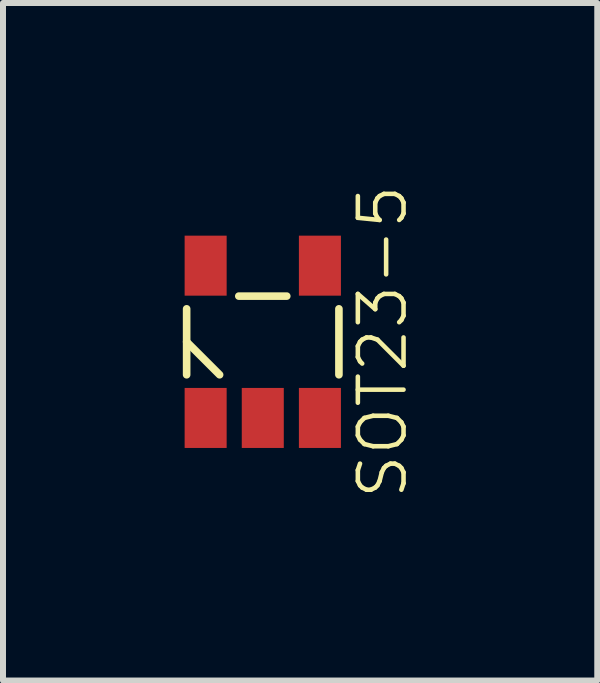
<source format=kicad_pcb>
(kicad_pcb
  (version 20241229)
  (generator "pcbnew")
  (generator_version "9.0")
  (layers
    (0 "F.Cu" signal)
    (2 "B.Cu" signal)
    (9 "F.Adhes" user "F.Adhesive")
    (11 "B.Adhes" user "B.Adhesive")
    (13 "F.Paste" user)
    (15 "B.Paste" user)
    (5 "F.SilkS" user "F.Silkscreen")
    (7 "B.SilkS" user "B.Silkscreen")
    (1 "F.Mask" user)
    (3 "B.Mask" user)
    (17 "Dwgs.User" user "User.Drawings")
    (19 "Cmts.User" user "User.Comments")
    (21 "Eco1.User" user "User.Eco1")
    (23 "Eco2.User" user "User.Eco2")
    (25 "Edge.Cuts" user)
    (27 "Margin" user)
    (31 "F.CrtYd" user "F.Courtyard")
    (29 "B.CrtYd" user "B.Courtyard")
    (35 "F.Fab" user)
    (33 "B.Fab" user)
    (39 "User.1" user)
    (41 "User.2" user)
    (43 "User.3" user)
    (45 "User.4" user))
  (footprint "SOT23-5"
    (layer "F.Cu")
    (at 1.333 2.651)
    (property "Reference" "SOT23-5" (at 1.999 0 90) (layer "F.SilkS") (effects (font (size 0.762 0.762) (thickness 0.076))))
    (attr through_hole)
    (fp_line (start -1.27 0.55) (end -1.27 -0.55) (stroke (width 0.127) (type solid)) (layer "F.SilkS"))
    (fp_line (start -0.72 0.55) (end -1.27 0) (stroke (width 0.127) (type solid)) (layer "F.SilkS"))
    (fp_line (start -0.4 -0.762) (end 0.4 -0.762) (stroke (width 0.127) (type solid)) (layer "F.SilkS"))
    (fp_line (start 1.27 -0.55) (end 1.27 0.55) (stroke (width 0.127) (type solid)) (layer "F.SilkS"))
    (pad "1" smd rect (at -0.953 1.27) (size 0.701 1.001) (layers "F.Cu" "F.Mask" "F.Paste"))
    (pad "2" smd rect (at 0 1.27) (size 0.701 1.001) (layers "F.Cu" "F.Mask" "F.Paste"))
    (pad "3" smd rect (at 0.953 1.27) (size 0.701 1.001) (layers "F.Cu" "F.Mask" "F.Paste"))
    (pad "4" smd rect (at 0.953 -1.27) (size 0.701 1.001) (layers "F.Cu" "F.Mask" "F.Paste"))
    (pad "5" smd rect (at -0.953 -1.27) (size 0.701 1.001) (layers "F.Cu" "F.Mask" "F.Paste")))
  (gr_rect
    (start -3 -3)
    (end 6.912 8.301)
    (stroke (width 0.1) (type default))
    (fill no)
    (layer "Edge.Cuts")))
</source>
